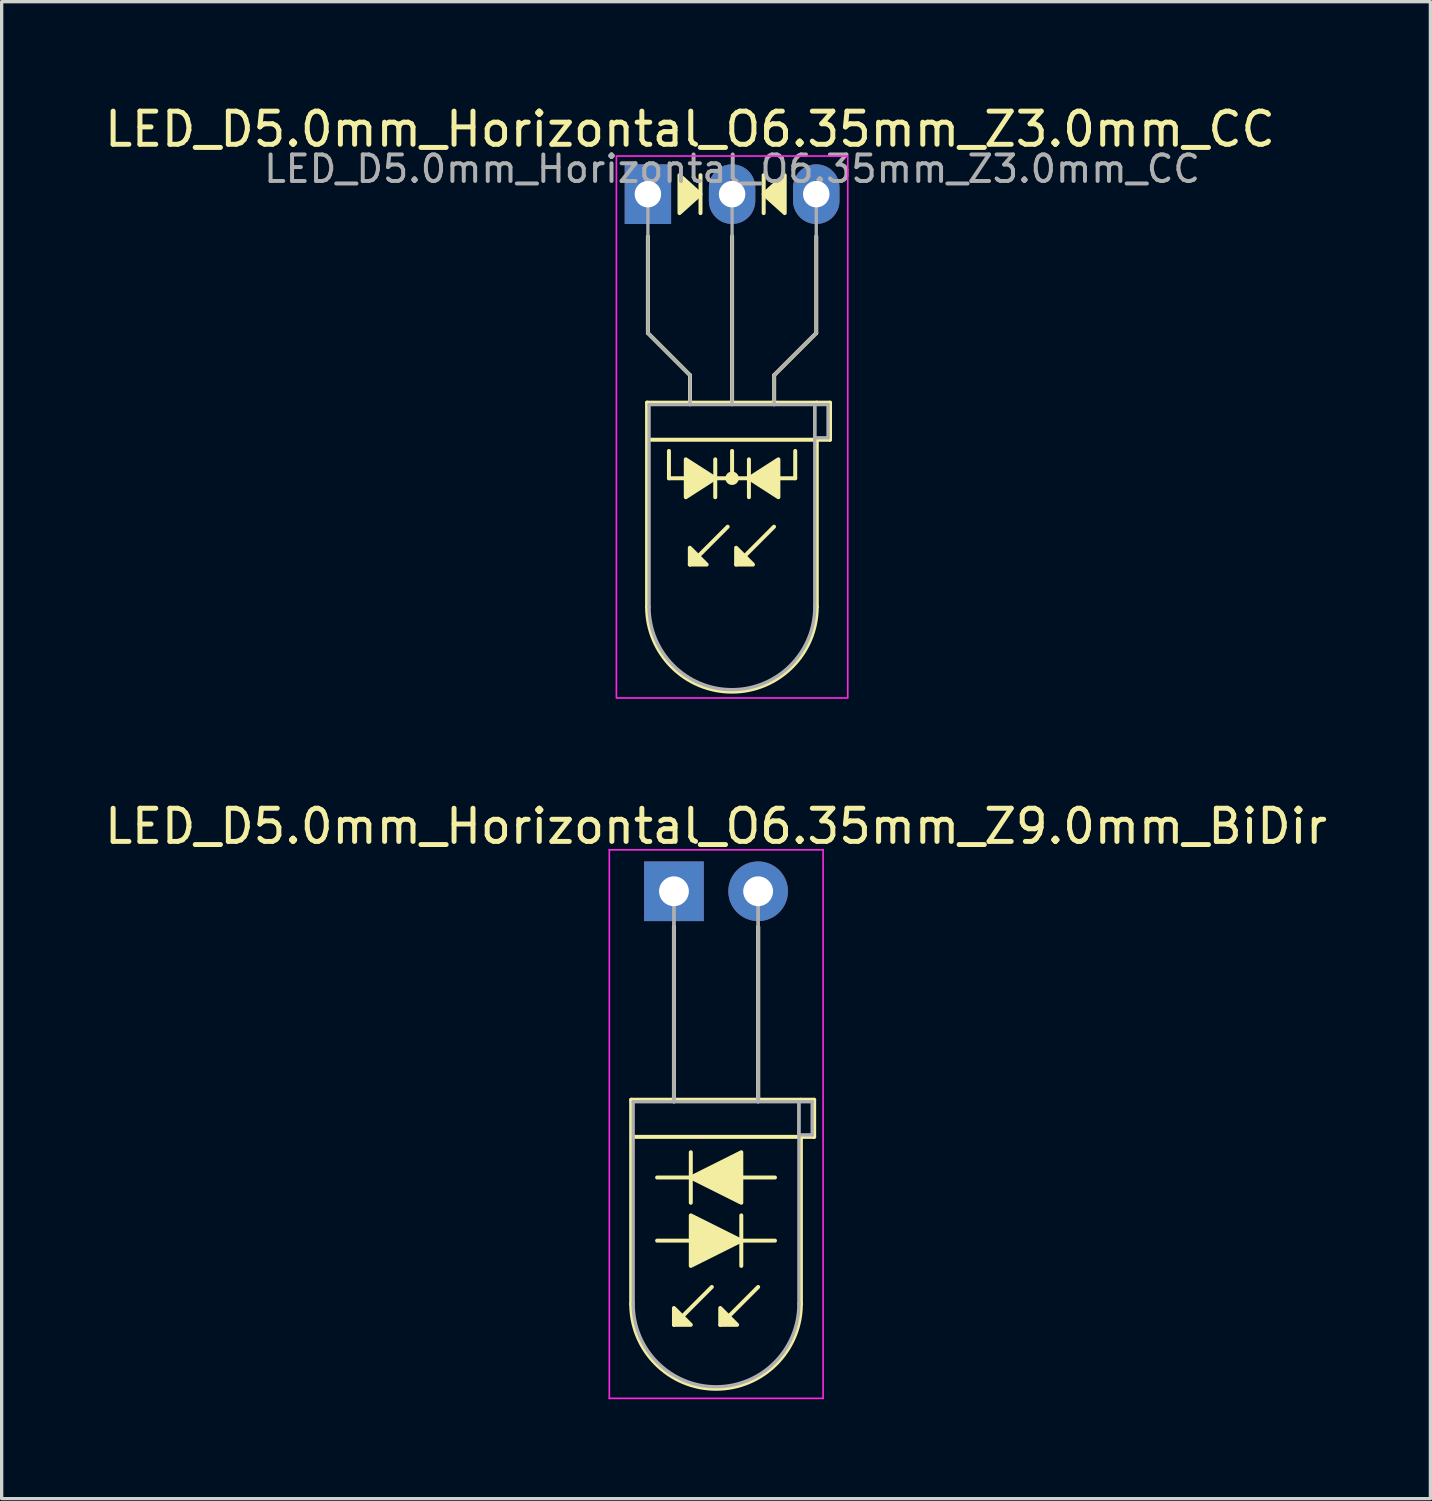
<source format=kicad_pcb>
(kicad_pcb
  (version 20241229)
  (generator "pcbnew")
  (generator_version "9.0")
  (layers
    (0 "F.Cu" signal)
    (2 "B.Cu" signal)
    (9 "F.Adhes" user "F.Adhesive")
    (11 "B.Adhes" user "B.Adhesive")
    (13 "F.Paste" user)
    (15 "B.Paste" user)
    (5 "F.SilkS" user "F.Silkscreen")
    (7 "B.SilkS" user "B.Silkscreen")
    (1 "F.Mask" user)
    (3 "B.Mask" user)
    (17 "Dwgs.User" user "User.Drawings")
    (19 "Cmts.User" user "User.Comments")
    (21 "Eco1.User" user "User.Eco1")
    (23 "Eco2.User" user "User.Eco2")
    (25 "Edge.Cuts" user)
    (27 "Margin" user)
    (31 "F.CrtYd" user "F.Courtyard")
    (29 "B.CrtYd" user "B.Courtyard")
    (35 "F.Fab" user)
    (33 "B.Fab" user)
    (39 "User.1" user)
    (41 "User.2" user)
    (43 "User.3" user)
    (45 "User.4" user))
  (footprint "LED_D5.0mm_Horizontal_O6.35mm_Z9.0mm_BiDir"
    (layer "F.Cu")
    (at 17.284 23.841)
    (property "Reference" "LED_D5.0mm_Horizontal_O6.35mm_Z9.0mm_BiDir" (at 1.27 -1.96 0) (layer "F.SilkS") (effects (font (size 1 1) (thickness 0.15))))
    (fp_line (start -1.29 6.29) (end -1.29 12.45) (stroke (width 0.12) (type solid)) (layer "F.SilkS"))
    (fp_line (start -1.29 6.29) (end 3.83 6.29) (stroke (width 0.12) (type solid)) (layer "F.SilkS"))
    (fp_line (start -0.508 10.541) (end 0.508 10.541) (stroke (width 0.12) (type solid)) (layer "F.SilkS"))
    (fp_line (start 0 1.08) (end 0 1.08) (stroke (width 0.12) (type solid)) (layer "F.SilkS"))
    (fp_line (start 0 1.08) (end 0 6.29) (stroke (width 0.12) (type solid)) (layer "F.SilkS"))
    (fp_line (start 0 6.29) (end 0 1.08) (stroke (width 0.12) (type solid)) (layer "F.SilkS"))
    (fp_line (start 0 6.29) (end 0 6.29) (stroke (width 0.12) (type solid)) (layer "F.SilkS"))
    (fp_line (start 0.508 7.874) (end 0.508 9.398) (stroke (width 0.12) (type solid)) (layer "F.SilkS"))
    (fp_line (start 0.508 8.636) (end -0.508 8.636) (stroke (width 0.12) (type solid)) (layer "F.SilkS"))
    (fp_line (start 1.143 11.938) (end 0 13.081) (stroke (width 0.12) (type solid)) (layer "F.SilkS"))
    (fp_line (start 2.032 10.541) (end 3.048 10.541) (stroke (width 0.12) (type solid)) (layer "F.SilkS"))
    (fp_line (start 2.032 11.303) (end 2.032 9.779) (stroke (width 0.12) (type solid)) (layer "F.SilkS"))
    (fp_line (start 2.54 1.08) (end 2.54 1.08) (stroke (width 0.12) (type solid)) (layer "F.SilkS"))
    (fp_line (start 2.54 1.08) (end 2.54 6.29) (stroke (width 0.12) (type solid)) (layer "F.SilkS"))
    (fp_line (start 2.54 6.29) (end 2.54 1.08) (stroke (width 0.12) (type solid)) (layer "F.SilkS"))
    (fp_line (start 2.54 6.29) (end 2.54 6.29) (stroke (width 0.12) (type solid)) (layer "F.SilkS"))
    (fp_line (start 2.54 11.938) (end 1.397 13.081) (stroke (width 0.12) (type solid)) (layer "F.SilkS"))
    (fp_line (start 3.048 8.636) (end 2.032 8.636) (stroke (width 0.12) (type solid)) (layer "F.SilkS"))
    (fp_line (start 3.83 6.29) (end 4.23 6.29) (stroke (width 0.12) (type solid)) (layer "F.SilkS"))
    (fp_line (start 3.83 7.41) (end 3.83 12.45) (stroke (width 0.12) (type solid)) (layer "F.SilkS"))
    (fp_line (start 4.23 6.29) (end 4.23 7.41) (stroke (width 0.12) (type solid)) (layer "F.SilkS"))
    (fp_line (start 4.23 7.41) (end -1.27 7.41) (stroke (width 0.12) (type solid)) (layer "F.SilkS"))
    (fp_arc (start 3.83 12.45) (mid 1.27 15.01) (end -1.29 12.45) (stroke (width 0.12) (type solid)) (layer "F.SilkS"))
    (fp_poly (pts (xy 0 12.573) (xy 0.508 13.081) (xy 0 13.081)) (stroke (width 0.12) (type solid)) (fill yes) (layer "F.SilkS"))
    (fp_poly (pts (xy 0.508 9.779) (xy 2.032 10.541) (xy 0.508 11.303)) (stroke (width 0.12) (type solid)) (fill yes) (layer "F.SilkS"))
    (fp_poly (pts (xy 1.397 12.573) (xy 1.905 13.081) (xy 1.397 13.081)) (stroke (width 0.12) (type solid)) (fill yes) (layer "F.SilkS"))
    (fp_poly (pts (xy 2.032 9.398) (xy 0.508 8.636) (xy 2.032 7.874)) (stroke (width 0.12) (type solid)) (fill yes) (layer "F.SilkS"))
    (fp_line (start -1.95 -1.25) (end -1.95 15.3) (stroke (width 0.05) (type solid)) (layer "F.CrtYd"))
    (fp_line (start -1.95 15.3) (end 4.5 15.3) (stroke (width 0.05) (type solid)) (layer "F.CrtYd"))
    (fp_line (start 4.5 -1.25) (end -1.95 -1.25) (stroke (width 0.05) (type solid)) (layer "F.CrtYd"))
    (fp_line (start 4.5 15.3) (end 4.5 -1.25) (stroke (width 0.05) (type solid)) (layer "F.CrtYd"))
    (fp_line (start -1.23 6.35) (end -1.23 12.45) (stroke (width 0.1) (type solid)) (layer "F.Fab"))
    (fp_line (start -1.23 6.35) (end 3.77 6.35) (stroke (width 0.1) (type solid)) (layer "F.Fab"))
    (fp_line (start 0 0) (end 0 0) (stroke (width 0.1) (type solid)) (layer "F.Fab"))
    (fp_line (start 0 0) (end 0 6.35) (stroke (width 0.1) (type solid)) (layer "F.Fab"))
    (fp_line (start 0 6.35) (end 0 0) (stroke (width 0.1) (type solid)) (layer "F.Fab"))
    (fp_line (start 0 6.35) (end 0 6.35) (stroke (width 0.1) (type solid)) (layer "F.Fab"))
    (fp_line (start 2.54 0) (end 2.54 0) (stroke (width 0.1) (type solid)) (layer "F.Fab"))
    (fp_line (start 2.54 0) (end 2.54 6.35) (stroke (width 0.1) (type solid)) (layer "F.Fab"))
    (fp_line (start 2.54 6.35) (end 2.54 0) (stroke (width 0.1) (type solid)) (layer "F.Fab"))
    (fp_line (start 2.54 6.35) (end 2.54 6.35) (stroke (width 0.1) (type solid)) (layer "F.Fab"))
    (fp_line (start 3.77 6.35) (end 3.77 12.45) (stroke (width 0.1) (type solid)) (layer "F.Fab"))
    (fp_line (start 3.77 6.35) (end 4.17 6.35) (stroke (width 0.1) (type solid)) (layer "F.Fab"))
    (fp_line (start 3.77 7.35) (end 3.77 6.35) (stroke (width 0.1) (type solid)) (layer "F.Fab"))
    (fp_line (start 4.17 6.35) (end 4.17 7.35) (stroke (width 0.1) (type solid)) (layer "F.Fab"))
    (fp_line (start 4.17 7.35) (end 3.77 7.35) (stroke (width 0.1) (type solid)) (layer "F.Fab"))
    (fp_arc (start 3.77 12.45) (mid 1.27 14.95) (end -1.23 12.45) (stroke (width 0.1) (type solid)) (layer "F.Fab"))
    (pad "1" thru_hole rect (at 0 0) (size 1.8 1.8) (drill 0.9) (layers "*.Cu" "*.Mask"))
    (pad "2" thru_hole circle (at 2.54 0) (size 1.8 1.8) (drill 0.9) (layers "*.Cu" "*.Mask")))
  (footprint "LED_D5.0mm_Horizontal_O6.35mm_Z3.0mm_CC"
    (layer "F.Cu")
    (at 16.498 2.808)
    (property "Reference" "LED_D5.0mm_Horizontal_O6.35mm_Z3.0mm_CC" (at 1.27 -1.96 0) (layer "F.SilkS") (effects (font (size 1 1) (thickness 0.15))))
    (fp_line (start -0.025 6.29) (end -0.025 12.45) (stroke (width 0.12) (type solid)) (layer "F.SilkS"))
    (fp_line (start -0.025 6.29) (end 5.095 6.29) (stroke (width 0.12) (type solid)) (layer "F.SilkS"))
    (fp_line (start 0 1.27) (end 0 4.191) (stroke (width 0.12) (type default)) (layer "F.SilkS"))
    (fp_line (start 0 4.191) (end 1.27 5.461) (stroke (width 0.12) (type default)) (layer "F.SilkS"))
    (fp_line (start 0.635 8.572) (end 0.635 7.747) (stroke (width 0.12) (type default)) (layer "F.SilkS"))
    (fp_line (start 0.635 8.572) (end 4.445 8.572) (stroke (width 0.12) (type default)) (layer "F.SilkS"))
    (fp_line (start 1.265 6.29) (end 1.265 6.29) (stroke (width 0.12) (type solid)) (layer "F.SilkS"))
    (fp_line (start 1.27 5.461) (end 1.27 6.29) (stroke (width 0.12) (type default)) (layer "F.SilkS"))
    (fp_line (start 1.587 0.572) (end 1.587 -0.572) (stroke (width 0.12) (type solid)) (layer "F.SilkS"))
    (fp_line (start 2.032 9.144) (end 2.032 8.001) (stroke (width 0.12) (type solid)) (layer "F.SilkS"))
    (fp_line (start 2.408 10.033) (end 1.265 11.176) (stroke (width 0.12) (type solid)) (layer "F.SilkS"))
    (fp_line (start 2.54 6.29) (end 2.54 1.27) (stroke (width 0.12) (type default)) (layer "F.SilkS"))
    (fp_line (start 2.54 8.572) (end 2.54 7.747) (stroke (width 0.12) (type default)) (layer "F.SilkS"))
    (fp_line (start 3.048 8.001) (end 3.048 9.144) (stroke (width 0.12) (type solid)) (layer "F.SilkS"))
    (fp_line (start 3.493 -0.572) (end 3.493 0.572) (stroke (width 0.12) (type solid)) (layer "F.SilkS"))
    (fp_line (start 3.805 6.29) (end 3.805 6.29) (stroke (width 0.12) (type solid)) (layer "F.SilkS"))
    (fp_line (start 3.805 10.033) (end 2.662 11.176) (stroke (width 0.12) (type solid)) (layer "F.SilkS"))
    (fp_line (start 3.81 5.461) (end 3.81 6.29) (stroke (width 0.12) (type default)) (layer "F.SilkS"))
    (fp_line (start 4.445 8.572) (end 4.445 7.747) (stroke (width 0.12) (type default)) (layer "F.SilkS"))
    (fp_line (start 5.08 1.27) (end 5.08 4.191) (stroke (width 0.12) (type default)) (layer "F.SilkS"))
    (fp_line (start 5.08 4.191) (end 3.81 5.461) (stroke (width 0.12) (type default)) (layer "F.SilkS"))
    (fp_line (start 5.095 6.29) (end 5.495 6.29) (stroke (width 0.12) (type solid)) (layer "F.SilkS"))
    (fp_line (start 5.095 7.41) (end 5.095 12.45) (stroke (width 0.12) (type solid)) (layer "F.SilkS"))
    (fp_line (start 5.495 6.29) (end 5.495 7.41) (stroke (width 0.12) (type solid)) (layer "F.SilkS"))
    (fp_line (start 5.495 7.41) (end -0.005 7.41) (stroke (width 0.12) (type solid)) (layer "F.SilkS"))
    (fp_arc (start 5.095 12.45) (mid 2.535 15.01) (end -0.025 12.45) (stroke (width 0.12) (type solid)) (layer "F.SilkS"))
    (fp_circle (center 2.54 8.572) (end 2.682 8.572) (stroke (width 0.12) (type solid)) (fill yes) (layer "F.SilkS"))
    (fp_poly (pts (xy 0.953 -0.572) (xy 1.587 0) (xy 0.953 0.572)) (stroke (width 0.12) (type solid)) (fill yes) (layer "F.SilkS"))
    (fp_poly (pts (xy 1.143 8.001) (xy 2.032 8.572) (xy 1.143 9.144)) (stroke (width 0.12) (type solid)) (fill yes) (layer "F.SilkS"))
    (fp_poly (pts (xy 1.265 10.668) (xy 1.773 11.176) (xy 1.265 11.176)) (stroke (width 0.12) (type solid)) (fill yes) (layer "F.SilkS"))
    (fp_poly (pts (xy 2.662 10.668) (xy 3.17 11.176) (xy 2.662 11.176)) (stroke (width 0.12) (type solid)) (fill yes) (layer "F.SilkS"))
    (fp_poly (pts (xy 3.937 9.144) (xy 3.048 8.572) (xy 3.937 8.001)) (stroke (width 0.12) (type solid)) (fill yes) (layer "F.SilkS"))
    (fp_poly (pts (xy 4.128 0.572) (xy 3.493 0) (xy 4.128 -0.572)) (stroke (width 0.12) (type solid)) (fill yes) (layer "F.SilkS"))
    (fp_rect (start -0.95 -1.15) (end 6.03 15.2) (stroke (width 0.05) (type default)) (fill no) (layer "F.CrtYd"))
    (fp_line (start 0 0) (end 0 0) (stroke (width 0.1) (type solid)) (layer "F.Fab"))
    (fp_line (start 0 4.191) (end 0 0) (stroke (width 0.1) (type default)) (layer "F.Fab"))
    (fp_line (start 0.035 6.35) (end 0.035 12.45) (stroke (width 0.1) (type solid)) (layer "F.Fab"))
    (fp_line (start 0.035 6.35) (end 5.035 6.35) (stroke (width 0.1) (type solid)) (layer "F.Fab"))
    (fp_line (start 1.265 6.35) (end 1.265 6.35) (stroke (width 0.1) (type solid)) (layer "F.Fab"))
    (fp_line (start 1.27 5.461) (end 0 4.191) (stroke (width 0.1) (type default)) (layer "F.Fab"))
    (fp_line (start 1.27 5.461) (end 1.27 6.35) (stroke (width 0.1) (type default)) (layer "F.Fab"))
    (fp_line (start 2.54 0) (end 2.54 0) (stroke (width 0.1) (type solid)) (layer "F.Fab"))
    (fp_line (start 2.54 0) (end 2.54 6.35) (stroke (width 0.1) (type default)) (layer "F.Fab"))
    (fp_line (start 3.805 6.35) (end 3.805 6.35) (stroke (width 0.1) (type solid)) (layer "F.Fab"))
    (fp_line (start 3.81 5.461) (end 3.81 6.35) (stroke (width 0.1) (type default)) (layer "F.Fab"))
    (fp_line (start 3.81 5.461) (end 5.08 4.191) (stroke (width 0.1) (type default)) (layer "F.Fab"))
    (fp_line (start 5.035 6.35) (end 5.035 12.45) (stroke (width 0.1) (type solid)) (layer "F.Fab"))
    (fp_line (start 5.035 6.35) (end 5.435 6.35) (stroke (width 0.1) (type solid)) (layer "F.Fab"))
    (fp_line (start 5.035 7.35) (end 5.035 6.35) (stroke (width 0.1) (type solid)) (layer "F.Fab"))
    (fp_line (start 5.08 4.191) (end 5.08 0) (stroke (width 0.1) (type default)) (layer "F.Fab"))
    (fp_line (start 5.435 6.35) (end 5.435 7.35) (stroke (width 0.1) (type solid)) (layer "F.Fab"))
    (fp_line (start 5.435 7.35) (end 5.035 7.35) (stroke (width 0.1) (type solid)) (layer "F.Fab"))
    (fp_arc (start 5.035 12.45) (mid 2.535 14.95) (end 0.035 12.45) (stroke (width 0.1) (type solid)) (layer "F.Fab"))
    (fp_text user "${REFERENCE}" (at 2.54 -0.762 0) (layer "F.Fab") (effects (font (size 0.8 0.8) (thickness 0.12))))
    (pad "1" thru_hole rect (at 0 0) (size 1.4 1.8) (drill 0.8) (layers "*.Cu" "*.Mask"))
    (pad "2" thru_hole oval (at 2.54 0) (size 1.4 1.8) (drill 0.8) (layers "*.Cu" "*.Mask"))
    (pad "3" thru_hole oval (at 5.08 0) (size 1.4 1.8) (drill 0.8) (layers "*.Cu" "*.Mask")))
  (gr_rect
    (start -3 -3)
    (end 40.107 42.166)
    (stroke (width 0.1) (type default))
    (fill no)
    (layer "Edge.Cuts")))
</source>
